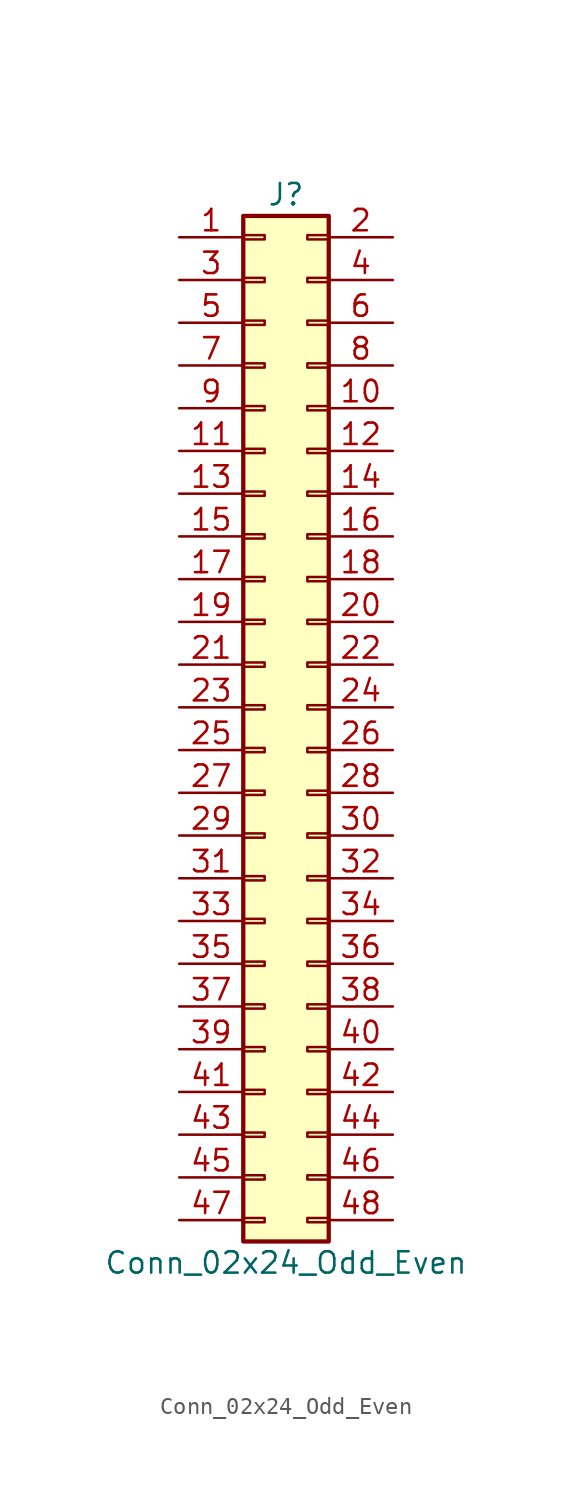
<source format=kicad_sym>
(kicad_symbol_lib
  (version 20201005)
  (generator kicad_symbol_editor)
  (symbol "Conn_02x24_Odd_Even"
    (pin_names
      (offset 1.016) hide)
    (property "Reference" "J"
      (at 1.27 30.48 0)
      (effects (font (size 1.27 1.27))))
    (property "Value" "Conn_02x24_Odd_Even"
      (at 1.27 -33.02 0)
      (effects (font (size 1.27 1.27))))
    (symbol "Conn_02x24_Odd_Even_1_1"
      (rectangle (start -1.27 -30.353) (end 0 -30.607) (stroke (width 0.152)) (fill (type none)))
      (rectangle (start -1.27 -27.813) (end 0 -28.067) (stroke (width 0.152)) (fill (type none)))
      (rectangle (start -1.27 -25.273) (end 0 -25.527) (stroke (width 0.152)) (fill (type none)))
      (rectangle (start -1.27 -22.733) (end 0 -22.987) (stroke (width 0.152)) (fill (type none)))
      (rectangle (start -1.27 -20.193) (end 0 -20.447) (stroke (width 0.152)) (fill (type none)))
      (rectangle (start -1.27 -17.653) (end 0 -17.907) (stroke (width 0.152)) (fill (type none)))
      (rectangle (start -1.27 -15.113) (end 0 -15.367) (stroke (width 0.152)) (fill (type none)))
      (rectangle (start -1.27 -12.573) (end 0 -12.827) (stroke (width 0.152)) (fill (type none)))
      (rectangle (start -1.27 -10.033) (end 0 -10.287) (stroke (width 0.152)) (fill (type none)))
      (rectangle (start -1.27 -7.493) (end 0 -7.747) (stroke (width 0.152)) (fill (type none)))
      (rectangle (start -1.27 -4.953) (end 0 -5.207) (stroke (width 0.152)) (fill (type none)))
      (rectangle (start -1.27 -2.413) (end 0 -2.667) (stroke (width 0.152)) (fill (type none)))
      (rectangle (start -1.27 0.127) (end 0 -0.127) (stroke (width 0.152)) (fill (type none)))
      (rectangle (start -1.27 2.667) (end 0 2.413) (stroke (width 0.152)) (fill (type none)))
      (rectangle (start -1.27 5.207) (end 0 4.953) (stroke (width 0.152)) (fill (type none)))
      (rectangle (start -1.27 7.747) (end 0 7.493) (stroke (width 0.152)) (fill (type none)))
      (rectangle (start -1.27 10.287) (end 0 10.033) (stroke (width 0.152)) (fill (type none)))
      (rectangle (start -1.27 12.827) (end 0 12.573) (stroke (width 0.152)) (fill (type none)))
      (rectangle (start -1.27 15.367) (end 0 15.113) (stroke (width 0.152)) (fill (type none)))
      (rectangle (start -1.27 17.907) (end 0 17.653) (stroke (width 0.152)) (fill (type none)))
      (rectangle (start -1.27 20.447) (end 0 20.193) (stroke (width 0.152)) (fill (type none)))
      (rectangle (start -1.27 22.987) (end 0 22.733) (stroke (width 0.152)) (fill (type none)))
      (rectangle (start -1.27 25.527) (end 0 25.273) (stroke (width 0.152)) (fill (type none)))
      (rectangle (start -1.27 28.067) (end 0 27.813) (stroke (width 0.152)) (fill (type none)))
      (rectangle (start 3.81 -30.353) (end 2.54 -30.607) (stroke (width 0.152)) (fill (type none)))
      (rectangle (start 3.81 -27.813) (end 2.54 -28.067) (stroke (width 0.152)) (fill (type none)))
      (rectangle (start 3.81 -25.273) (end 2.54 -25.527) (stroke (width 0.152)) (fill (type none)))
      (rectangle (start 3.81 -22.733) (end 2.54 -22.987) (stroke (width 0.152)) (fill (type none)))
      (rectangle (start 3.81 -20.193) (end 2.54 -20.447) (stroke (width 0.152)) (fill (type none)))
      (rectangle (start 3.81 -17.653) (end 2.54 -17.907) (stroke (width 0.152)) (fill (type none)))
      (rectangle (start 3.81 -15.113) (end 2.54 -15.367) (stroke (width 0.152)) (fill (type none)))
      (rectangle (start 3.81 -12.573) (end 2.54 -12.827) (stroke (width 0.152)) (fill (type none)))
      (rectangle (start 3.81 -10.033) (end 2.54 -10.287) (stroke (width 0.152)) (fill (type none)))
      (rectangle (start 3.81 -7.493) (end 2.54 -7.747) (stroke (width 0.152)) (fill (type none)))
      (rectangle (start 3.81 -4.953) (end 2.54 -5.207) (stroke (width 0.152)) (fill (type none)))
      (rectangle (start 3.81 -2.413) (end 2.54 -2.667) (stroke (width 0.152)) (fill (type none)))
      (rectangle (start 3.81 0.127) (end 2.54 -0.127) (stroke (width 0.152)) (fill (type none)))
      (rectangle (start 3.81 2.667) (end 2.54 2.413) (stroke (width 0.152)) (fill (type none)))
      (rectangle (start 3.81 5.207) (end 2.54 4.953) (stroke (width 0.152)) (fill (type none)))
      (rectangle (start 3.81 7.747) (end 2.54 7.493) (stroke (width 0.152)) (fill (type none)))
      (rectangle (start 3.81 10.287) (end 2.54 10.033) (stroke (width 0.152)) (fill (type none)))
      (rectangle (start 3.81 12.827) (end 2.54 12.573) (stroke (width 0.152)) (fill (type none)))
      (rectangle (start 3.81 15.367) (end 2.54 15.113) (stroke (width 0.152)) (fill (type none)))
      (rectangle (start 3.81 17.907) (end 2.54 17.653) (stroke (width 0.152)) (fill (type none)))
      (rectangle (start 3.81 20.447) (end 2.54 20.193) (stroke (width 0.152)) (fill (type none)))
      (rectangle (start 3.81 22.987) (end 2.54 22.733) (stroke (width 0.152)) (fill (type none)))
      (rectangle (start 3.81 25.527) (end 2.54 25.273) (stroke (width 0.152)) (fill (type none)))
      (rectangle (start 3.81 28.067) (end 2.54 27.813) (stroke (width 0.152)) (fill (type none)))
      (rectangle (start -1.27 29.21) (end 3.81 -31.75) (stroke (width 0.254)) (fill (type background)))
      (pin passive line (at -5.08 27.94 0) (length 3.81) (name "Pin_1" (effects (font (size 1.27 1.27)))) (number "1" (effects (font (size 1.27 1.27)))))
      (pin passive line (at 7.62 17.78 180) (length 3.81) (name "Pin_10" (effects (font (size 1.27 1.27)))) (number "10" (effects (font (size 1.27 1.27)))))
      (pin passive line (at -5.08 15.24 0) (length 3.81) (name "Pin_11" (effects (font (size 1.27 1.27)))) (number "11" (effects (font (size 1.27 1.27)))))
      (pin passive line (at 7.62 15.24 180) (length 3.81) (name "Pin_12" (effects (font (size 1.27 1.27)))) (number "12" (effects (font (size 1.27 1.27)))))
      (pin passive line (at -5.08 12.7 0) (length 3.81) (name "Pin_13" (effects (font (size 1.27 1.27)))) (number "13" (effects (font (size 1.27 1.27)))))
      (pin passive line (at 7.62 12.7 180) (length 3.81) (name "Pin_14" (effects (font (size 1.27 1.27)))) (number "14" (effects (font (size 1.27 1.27)))))
      (pin passive line (at -5.08 10.16 0) (length 3.81) (name "Pin_15" (effects (font (size 1.27 1.27)))) (number "15" (effects (font (size 1.27 1.27)))))
      (pin passive line (at 7.62 10.16 180) (length 3.81) (name "Pin_16" (effects (font (size 1.27 1.27)))) (number "16" (effects (font (size 1.27 1.27)))))
      (pin passive line (at -5.08 7.62 0) (length 3.81) (name "Pin_17" (effects (font (size 1.27 1.27)))) (number "17" (effects (font (size 1.27 1.27)))))
      (pin passive line (at 7.62 7.62 180) (length 3.81) (name "Pin_18" (effects (font (size 1.27 1.27)))) (number "18" (effects (font (size 1.27 1.27)))))
      (pin passive line (at -5.08 5.08 0) (length 3.81) (name "Pin_19" (effects (font (size 1.27 1.27)))) (number "19" (effects (font (size 1.27 1.27)))))
      (pin passive line (at 7.62 27.94 180) (length 3.81) (name "Pin_2" (effects (font (size 1.27 1.27)))) (number "2" (effects (font (size 1.27 1.27)))))
      (pin passive line (at 7.62 5.08 180) (length 3.81) (name "Pin_20" (effects (font (size 1.27 1.27)))) (number "20" (effects (font (size 1.27 1.27)))))
      (pin passive line (at -5.08 2.54 0) (length 3.81) (name "Pin_21" (effects (font (size 1.27 1.27)))) (number "21" (effects (font (size 1.27 1.27)))))
      (pin passive line (at 7.62 2.54 180) (length 3.81) (name "Pin_22" (effects (font (size 1.27 1.27)))) (number "22" (effects (font (size 1.27 1.27)))))
      (pin passive line (at -5.08 0 0) (length 3.81) (name "Pin_23" (effects (font (size 1.27 1.27)))) (number "23" (effects (font (size 1.27 1.27)))))
      (pin passive line (at 7.62 0 180) (length 3.81) (name "Pin_24" (effects (font (size 1.27 1.27)))) (number "24" (effects (font (size 1.27 1.27)))))
      (pin passive line (at -5.08 -2.54 0) (length 3.81) (name "Pin_25" (effects (font (size 1.27 1.27)))) (number "25" (effects (font (size 1.27 1.27)))))
      (pin passive line (at 7.62 -2.54 180) (length 3.81) (name "Pin_26" (effects (font (size 1.27 1.27)))) (number "26" (effects (font (size 1.27 1.27)))))
      (pin passive line (at -5.08 -5.08 0) (length 3.81) (name "Pin_27" (effects (font (size 1.27 1.27)))) (number "27" (effects (font (size 1.27 1.27)))))
      (pin passive line (at 7.62 -5.08 180) (length 3.81) (name "Pin_28" (effects (font (size 1.27 1.27)))) (number "28" (effects (font (size 1.27 1.27)))))
      (pin passive line (at -5.08 -7.62 0) (length 3.81) (name "Pin_29" (effects (font (size 1.27 1.27)))) (number "29" (effects (font (size 1.27 1.27)))))
      (pin passive line (at -5.08 25.4 0) (length 3.81) (name "Pin_3" (effects (font (size 1.27 1.27)))) (number "3" (effects (font (size 1.27 1.27)))))
      (pin passive line (at 7.62 -7.62 180) (length 3.81) (name "Pin_30" (effects (font (size 1.27 1.27)))) (number "30" (effects (font (size 1.27 1.27)))))
      (pin passive line (at -5.08 -10.16 0) (length 3.81) (name "Pin_31" (effects (font (size 1.27 1.27)))) (number "31" (effects (font (size 1.27 1.27)))))
      (pin passive line (at 7.62 -10.16 180) (length 3.81) (name "Pin_32" (effects (font (size 1.27 1.27)))) (number "32" (effects (font (size 1.27 1.27)))))
      (pin passive line (at -5.08 -12.7 0) (length 3.81) (name "Pin_33" (effects (font (size 1.27 1.27)))) (number "33" (effects (font (size 1.27 1.27)))))
      (pin passive line (at 7.62 -12.7 180) (length 3.81) (name "Pin_34" (effects (font (size 1.27 1.27)))) (number "34" (effects (font (size 1.27 1.27)))))
      (pin passive line (at -5.08 -15.24 0) (length 3.81) (name "Pin_35" (effects (font (size 1.27 1.27)))) (number "35" (effects (font (size 1.27 1.27)))))
      (pin passive line (at 7.62 -15.24 180) (length 3.81) (name "Pin_36" (effects (font (size 1.27 1.27)))) (number "36" (effects (font (size 1.27 1.27)))))
      (pin passive line (at -5.08 -17.78 0) (length 3.81) (name "Pin_37" (effects (font (size 1.27 1.27)))) (number "37" (effects (font (size 1.27 1.27)))))
      (pin passive line (at 7.62 -17.78 180) (length 3.81) (name "Pin_38" (effects (font (size 1.27 1.27)))) (number "38" (effects (font (size 1.27 1.27)))))
      (pin passive line (at -5.08 -20.32 0) (length 3.81) (name "Pin_39" (effects (font (size 1.27 1.27)))) (number "39" (effects (font (size 1.27 1.27)))))
      (pin passive line (at 7.62 25.4 180) (length 3.81) (name "Pin_4" (effects (font (size 1.27 1.27)))) (number "4" (effects (font (size 1.27 1.27)))))
      (pin passive line (at 7.62 -20.32 180) (length 3.81) (name "Pin_40" (effects (font (size 1.27 1.27)))) (number "40" (effects (font (size 1.27 1.27)))))
      (pin passive line (at -5.08 -22.86 0) (length 3.81) (name "Pin_41" (effects (font (size 1.27 1.27)))) (number "41" (effects (font (size 1.27 1.27)))))
      (pin passive line (at 7.62 -22.86 180) (length 3.81) (name "Pin_42" (effects (font (size 1.27 1.27)))) (number "42" (effects (font (size 1.27 1.27)))))
      (pin passive line (at -5.08 -25.4 0) (length 3.81) (name "Pin_43" (effects (font (size 1.27 1.27)))) (number "43" (effects (font (size 1.27 1.27)))))
      (pin passive line (at 7.62 -25.4 180) (length 3.81) (name "Pin_44" (effects (font (size 1.27 1.27)))) (number "44" (effects (font (size 1.27 1.27)))))
      (pin passive line (at -5.08 -27.94 0) (length 3.81) (name "Pin_45" (effects (font (size 1.27 1.27)))) (number "45" (effects (font (size 1.27 1.27)))))
      (pin passive line (at 7.62 -27.94 180) (length 3.81) (name "Pin_46" (effects (font (size 1.27 1.27)))) (number "46" (effects (font (size 1.27 1.27)))))
      (pin passive line (at -5.08 -30.48 0) (length 3.81) (name "Pin_47" (effects (font (size 1.27 1.27)))) (number "47" (effects (font (size 1.27 1.27)))))
      (pin passive line (at 7.62 -30.48 180) (length 3.81) (name "Pin_48" (effects (font (size 1.27 1.27)))) (number "48" (effects (font (size 1.27 1.27)))))
      (pin passive line (at -5.08 22.86 0) (length 3.81) (name "Pin_5" (effects (font (size 1.27 1.27)))) (number "5" (effects (font (size 1.27 1.27)))))
      (pin passive line (at 7.62 22.86 180) (length 3.81) (name "Pin_6" (effects (font (size 1.27 1.27)))) (number "6" (effects (font (size 1.27 1.27)))))
      (pin passive line (at -5.08 20.32 0) (length 3.81) (name "Pin_7" (effects (font (size 1.27 1.27)))) (number "7" (effects (font (size 1.27 1.27)))))
      (pin passive line (at 7.62 20.32 180) (length 3.81) (name "Pin_8" (effects (font (size 1.27 1.27)))) (number "8" (effects (font (size 1.27 1.27)))))
      (pin passive line (at -5.08 17.78 0) (length 3.81) (name "Pin_9" (effects (font (size 1.27 1.27)))) (number "9" (effects (font (size 1.27 1.27))))))))
</source>
